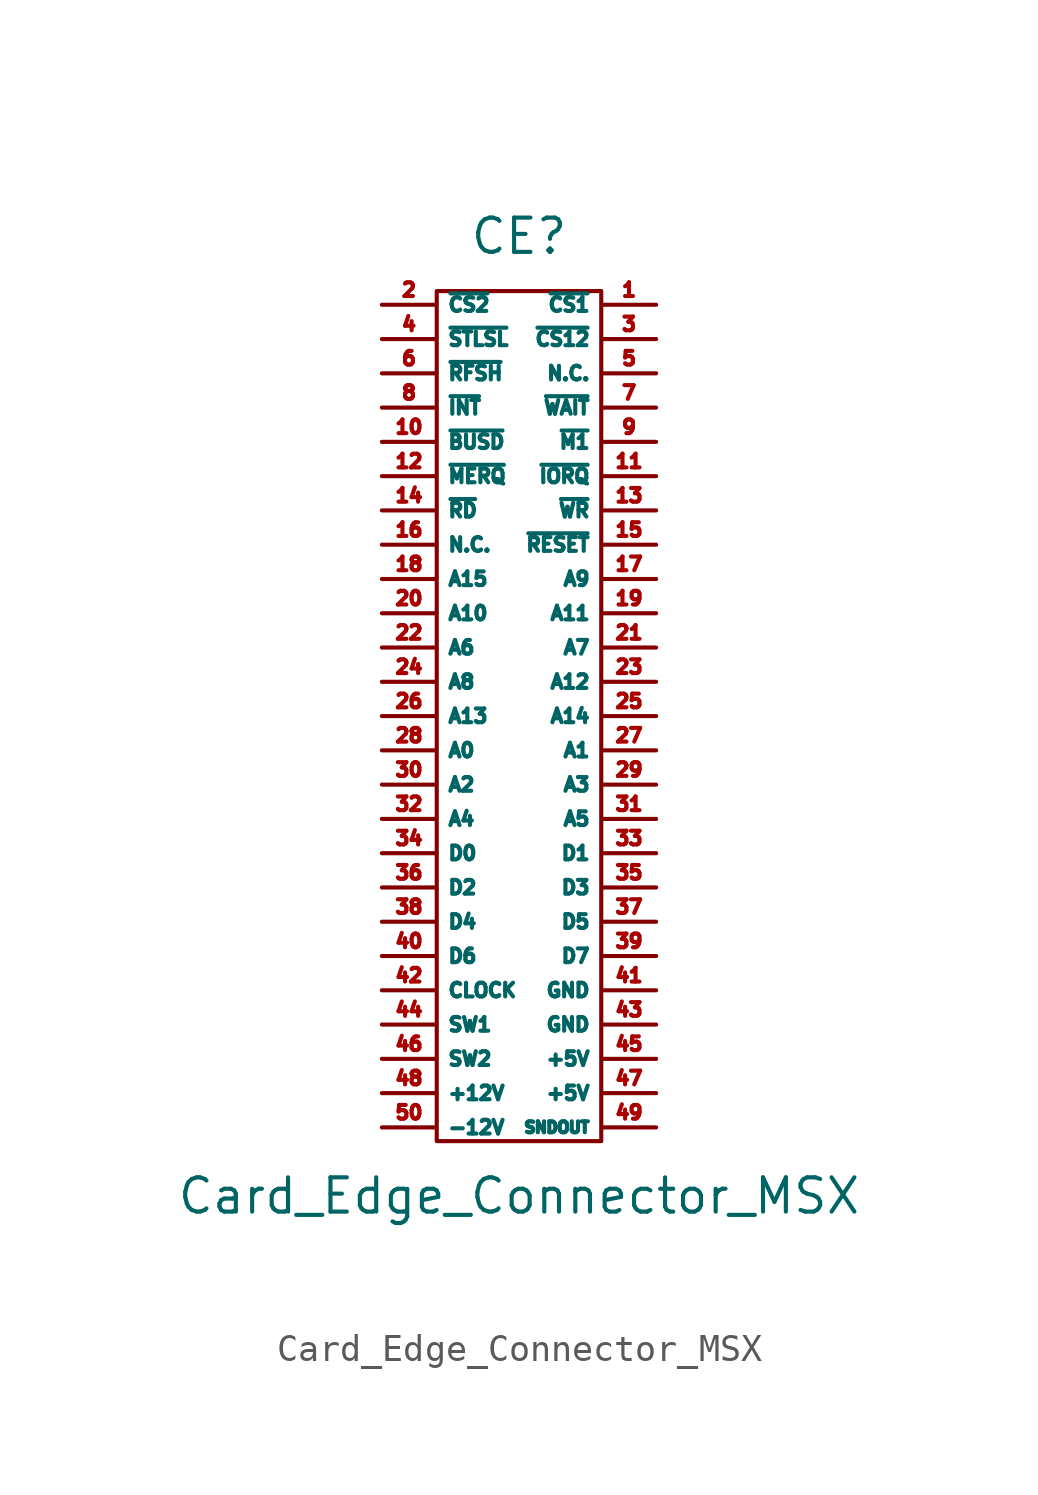
<source format=kicad_sym>
(kicad_symbol_lib
  (version 20220914)
  (generator kicad_symbol_editor)
  (symbol "Card_Edge_Connector_MSX"
    (pin_names
      (offset 0.381))
    (property "Reference" "CE"
      (at 0 20.32 0)
      (effects (font (size 1.27 1.27))))
    (property "Value" "Card_Edge_Connector_MSX"
      (at 0 -15.24 0)
      (effects (font (size 1.27 1.27))))
    (symbol "Card_Edge_Connector_MSX_0_1"
      (rectangle (start -3.048 -13.208) (end 3.048 18.288) (stroke (width 0) (type solid)) (fill (type none))))
    (symbol "Card_Edge_Connector_MSX_1_1"
      (pin unspecified line (at 5.08 17.78 180) (length 2.007) (name "~{CS1}" (effects (font (size 0.508 0.508)))) (number "1" (effects (font (size 0.508 0.508)))))
      (pin unspecified line (at -5.08 12.7 0) (length 2.007) (name "~{BUSD}" (effects (font (size 0.508 0.508)))) (number "10" (effects (font (size 0.508 0.508)))))
      (pin input line (at 5.08 11.43 180) (length 2.007) (name "~{IORQ}" (effects (font (size 0.508 0.508)))) (number "11" (effects (font (size 0.508 0.508)))))
      (pin unspecified line (at -5.08 11.43 0) (length 2.007) (name "~{MERQ}" (effects (font (size 0.508 0.508)))) (number "12" (effects (font (size 0.508 0.508)))))
      (pin output line (at 5.08 10.16 180) (length 2.007) (name "~{WR}" (effects (font (size 0.508 0.508)))) (number "13" (effects (font (size 0.508 0.508)))))
      (pin output line (at -5.08 10.16 0) (length 2.007) (name "~{RD}" (effects (font (size 0.508 0.508)))) (number "14" (effects (font (size 0.508 0.508)))))
      (pin input line (at 5.08 8.89 180) (length 2.007) (name "~{RESET}" (effects (font (size 0.508 0.508)))) (number "15" (effects (font (size 0.508 0.508)))))
      (pin unspecified line (at -5.08 8.89 0) (length 2.007) (name "N.C." (effects (font (size 0.508 0.508)))) (number "16" (effects (font (size 0.508 0.508)))))
      (pin output line (at 5.08 7.62 180) (length 2.007) (name "A9" (effects (font (size 0.508 0.508)))) (number "17" (effects (font (size 0.508 0.508)))))
      (pin output line (at -5.08 7.62 0) (length 2.007) (name "A15" (effects (font (size 0.508 0.508)))) (number "18" (effects (font (size 0.508 0.508)))))
      (pin output line (at 5.08 6.35 180) (length 2.007) (name "A11" (effects (font (size 0.508 0.508)))) (number "19" (effects (font (size 0.508 0.508)))))
      (pin unspecified line (at -5.08 17.78 0) (length 2.007) (name "~{CS2}" (effects (font (size 0.508 0.508)))) (number "2" (effects (font (size 0.508 0.508)))))
      (pin output line (at -5.08 6.35 0) (length 2.007) (name "A10" (effects (font (size 0.508 0.508)))) (number "20" (effects (font (size 0.508 0.508)))))
      (pin output line (at 5.08 5.08 180) (length 2.007) (name "A7" (effects (font (size 0.508 0.508)))) (number "21" (effects (font (size 0.508 0.508)))))
      (pin output line (at -5.08 5.08 0) (length 2.007) (name "A6" (effects (font (size 0.508 0.508)))) (number "22" (effects (font (size 0.508 0.508)))))
      (pin output line (at 5.08 3.81 180) (length 2.007) (name "A12" (effects (font (size 0.508 0.508)))) (number "23" (effects (font (size 0.508 0.508)))))
      (pin output line (at -5.08 3.81 0) (length 2.007) (name "A8" (effects (font (size 0.508 0.508)))) (number "24" (effects (font (size 0.508 0.508)))))
      (pin output line (at 5.08 2.54 180) (length 2.007) (name "A14" (effects (font (size 0.508 0.508)))) (number "25" (effects (font (size 0.508 0.508)))))
      (pin output line (at -5.08 2.54 0) (length 2.007) (name "A13" (effects (font (size 0.508 0.508)))) (number "26" (effects (font (size 0.508 0.508)))))
      (pin output line (at 5.08 1.27 180) (length 2.007) (name "A1" (effects (font (size 0.508 0.508)))) (number "27" (effects (font (size 0.508 0.508)))))
      (pin output line (at -5.08 1.27 0) (length 2.007) (name "A0" (effects (font (size 0.508 0.508)))) (number "28" (effects (font (size 0.508 0.508)))))
      (pin output line (at 5.08 0 180) (length 2.007) (name "A3" (effects (font (size 0.508 0.508)))) (number "29" (effects (font (size 0.508 0.508)))))
      (pin unspecified line (at 5.08 16.51 180) (length 2.007) (name "~{CS12}" (effects (font (size 0.508 0.508)))) (number "3" (effects (font (size 0.508 0.508)))))
      (pin output line (at -5.08 0 0) (length 2.007) (name "A2" (effects (font (size 0.508 0.508)))) (number "30" (effects (font (size 0.508 0.508)))))
      (pin output line (at 5.08 -1.27 180) (length 2.007) (name "A5" (effects (font (size 0.508 0.508)))) (number "31" (effects (font (size 0.508 0.508)))))
      (pin output line (at -5.08 -1.27 0) (length 2.007) (name "A4" (effects (font (size 0.508 0.508)))) (number "32" (effects (font (size 0.508 0.508)))))
      (pin bidirectional line (at 5.08 -2.54 180) (length 2.007) (name "D1" (effects (font (size 0.508 0.508)))) (number "33" (effects (font (size 0.508 0.508)))))
      (pin bidirectional line (at -5.08 -2.54 0) (length 2.007) (name "D0" (effects (font (size 0.508 0.508)))) (number "34" (effects (font (size 0.508 0.508)))))
      (pin bidirectional line (at 5.08 -3.81 180) (length 2.007) (name "D3" (effects (font (size 0.508 0.508)))) (number "35" (effects (font (size 0.508 0.508)))))
      (pin bidirectional line (at -5.08 -3.81 0) (length 2.007) (name "D2" (effects (font (size 0.508 0.508)))) (number "36" (effects (font (size 0.508 0.508)))))
      (pin bidirectional line (at 5.08 -5.08 180) (length 2.007) (name "D5" (effects (font (size 0.508 0.508)))) (number "37" (effects (font (size 0.508 0.508)))))
      (pin bidirectional line (at -5.08 -5.08 0) (length 2.007) (name "D4" (effects (font (size 0.508 0.508)))) (number "38" (effects (font (size 0.508 0.508)))))
      (pin bidirectional line (at 5.08 -6.35 180) (length 2.007) (name "D7" (effects (font (size 0.508 0.508)))) (number "39" (effects (font (size 0.508 0.508)))))
      (pin output line (at -5.08 16.51 0) (length 2.007) (name "~{STLSL}" (effects (font (size 0.508 0.508)))) (number "4" (effects (font (size 0.508 0.508)))))
      (pin bidirectional line (at -5.08 -6.35 0) (length 2.007) (name "D6" (effects (font (size 0.508 0.508)))) (number "40" (effects (font (size 0.508 0.508)))))
      (pin power_in line (at 5.08 -7.62 180) (length 2.007) (name "GND" (effects (font (size 0.508 0.508)))) (number "41" (effects (font (size 0.508 0.508)))))
      (pin unspecified line (at -5.08 -7.62 0) (length 2.007) (name "CLOCK" (effects (font (size 0.508 0.508)))) (number "42" (effects (font (size 0.508 0.508)))))
      (pin power_in line (at 5.08 -8.89 180) (length 2.007) (name "GND" (effects (font (size 0.508 0.508)))) (number "43" (effects (font (size 0.508 0.508)))))
      (pin unspecified line (at -5.08 -8.89 0) (length 2.007) (name "SW1" (effects (font (size 0.508 0.508)))) (number "44" (effects (font (size 0.508 0.508)))))
      (pin power_in line (at 5.08 -10.16 180) (length 2.007) (name "+5V" (effects (font (size 0.508 0.508)))) (number "45" (effects (font (size 0.508 0.508)))))
      (pin unspecified line (at -5.08 -10.16 0) (length 2.007) (name "SW2" (effects (font (size 0.508 0.508)))) (number "46" (effects (font (size 0.508 0.508)))))
      (pin power_in line (at 5.08 -11.43 180) (length 2.007) (name "+5V" (effects (font (size 0.508 0.508)))) (number "47" (effects (font (size 0.508 0.508)))))
      (pin unspecified line (at -5.08 -11.43 0) (length 2.007) (name "+12V" (effects (font (size 0.508 0.508)))) (number "48" (effects (font (size 0.508 0.508)))))
      (pin unspecified line (at 5.08 -12.7 180) (length 2.007) (name "SNDOUT" (effects (font (size 0.406 0.406)))) (number "49" (effects (font (size 0.508 0.508)))))
      (pin unspecified line (at 5.08 15.24 180) (length 2.007) (name "N.C." (effects (font (size 0.508 0.508)))) (number "5" (effects (font (size 0.508 0.508)))))
      (pin unspecified line (at -5.08 -12.7 0) (length 2.007) (name "-12V" (effects (font (size 0.508 0.508)))) (number "50" (effects (font (size 0.508 0.508)))))
      (pin unspecified line (at -5.08 15.24 0) (length 2.007) (name "~{RFSH}" (effects (font (size 0.508 0.508)))) (number "6" (effects (font (size 0.508 0.508)))))
      (pin unspecified line (at 5.08 13.97 180) (length 2.007) (name "~{WAIT}" (effects (font (size 0.508 0.508)))) (number "7" (effects (font (size 0.508 0.508)))))
      (pin input line (at -5.08 13.97 0) (length 2.007) (name "~{INT}" (effects (font (size 0.508 0.508)))) (number "8" (effects (font (size 0.508 0.508)))))
      (pin unspecified line (at 5.08 12.7 180) (length 2.007) (name "~{M1}" (effects (font (size 0.508 0.508)))) (number "9" (effects (font (size 0.508 0.508))))))))
</source>
